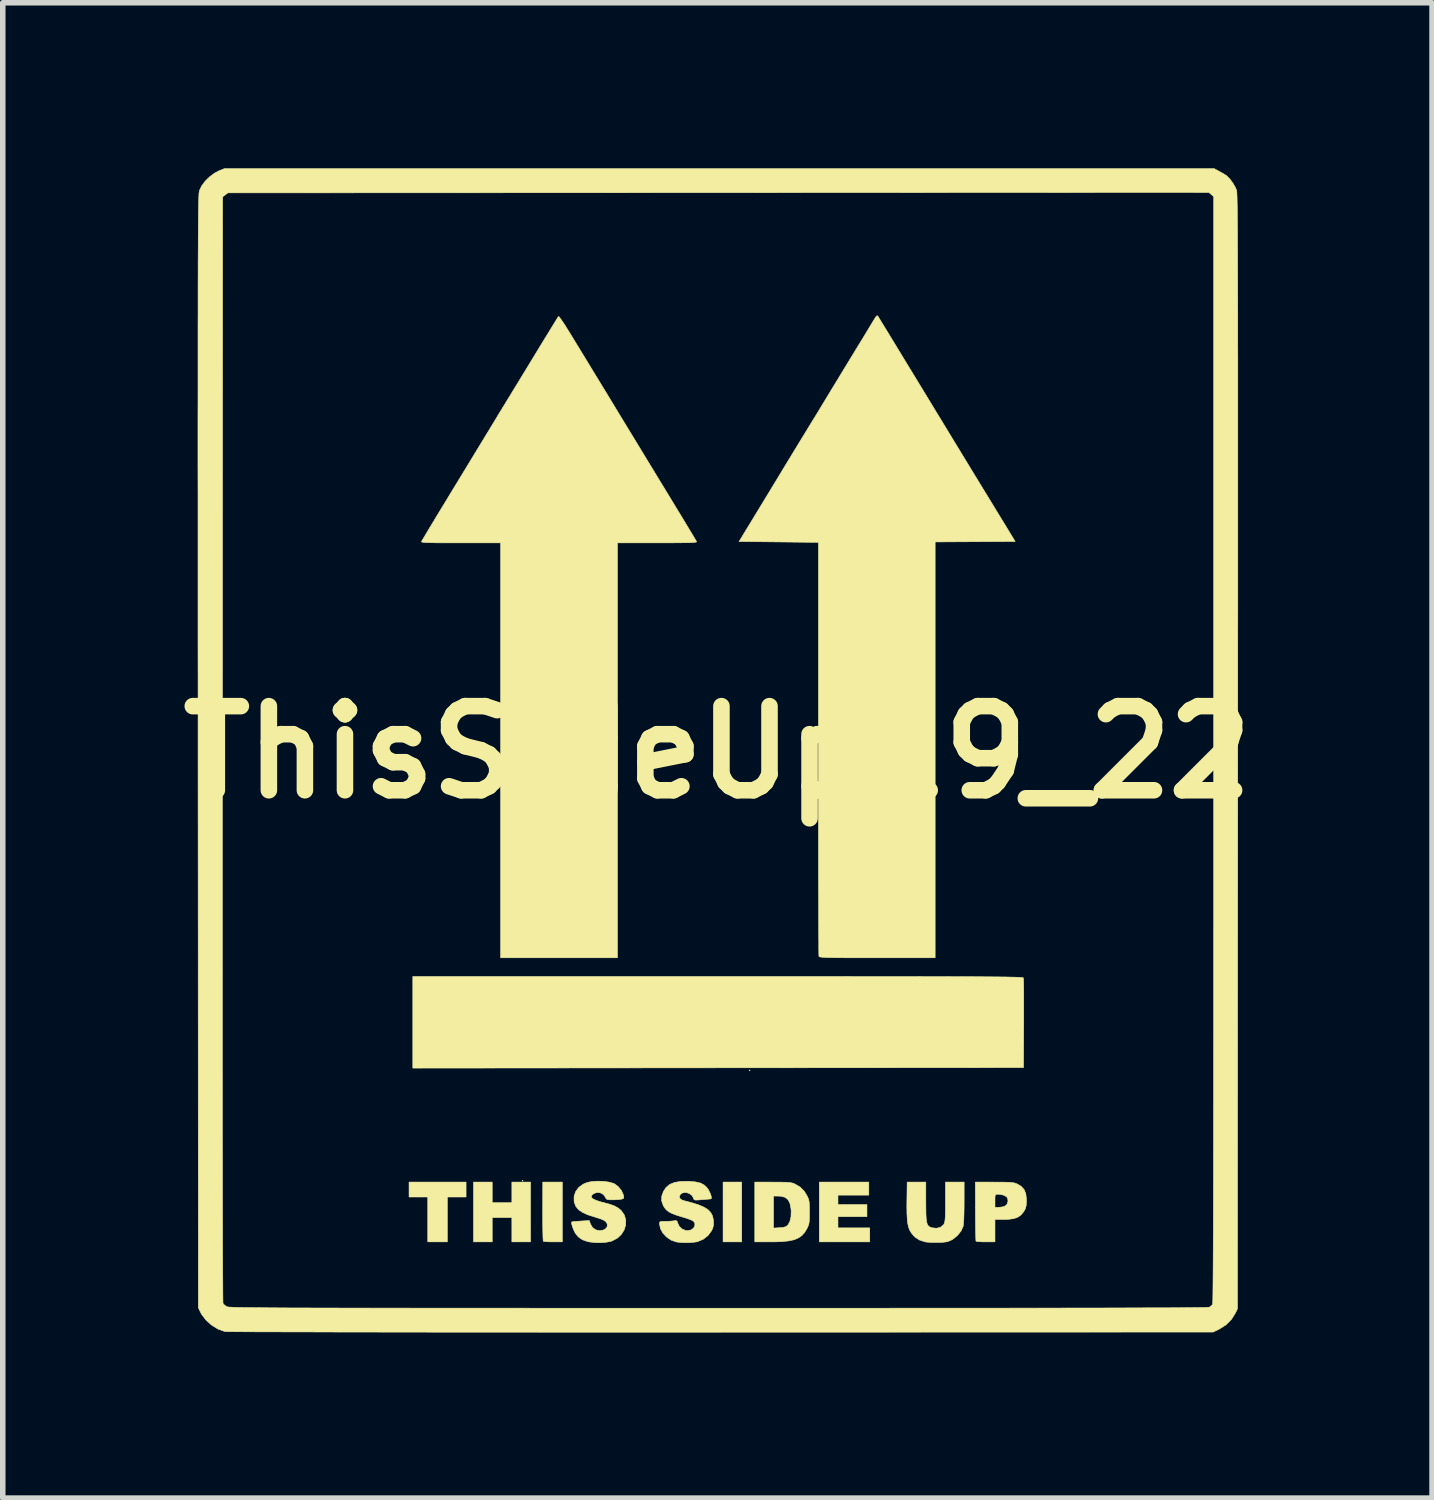
<source format=kicad_pcb>
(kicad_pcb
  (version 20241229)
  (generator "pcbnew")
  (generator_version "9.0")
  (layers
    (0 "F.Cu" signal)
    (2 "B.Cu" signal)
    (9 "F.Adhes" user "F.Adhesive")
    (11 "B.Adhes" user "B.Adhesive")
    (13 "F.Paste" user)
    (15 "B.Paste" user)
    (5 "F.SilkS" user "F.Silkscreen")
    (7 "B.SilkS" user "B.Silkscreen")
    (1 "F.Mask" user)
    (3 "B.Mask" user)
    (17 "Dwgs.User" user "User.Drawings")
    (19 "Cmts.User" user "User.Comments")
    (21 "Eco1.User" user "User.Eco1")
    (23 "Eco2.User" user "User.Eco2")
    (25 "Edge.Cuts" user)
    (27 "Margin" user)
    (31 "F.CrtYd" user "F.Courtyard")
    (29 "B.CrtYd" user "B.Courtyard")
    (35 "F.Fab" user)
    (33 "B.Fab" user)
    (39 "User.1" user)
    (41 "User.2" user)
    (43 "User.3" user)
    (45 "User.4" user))
  (footprint "ThisSideUp19_22"
    (layer "F.Cu")
    (at 9.95 10.58)
    (property "Reference" "ThisSideUp19_22" (at 0 0 0) (layer "F.SilkS") (effects (font (size 1.524 1.524) (thickness 0.3))))
    (attr through_hole)
    (fp_poly (pts (xy -3.522 7.764) (xy -3.531 7.772) (xy -3.539 7.764) (xy -3.531 7.755) (xy -3.522 7.764)) (stroke (width 0.01) (type solid)) (fill yes) (layer "F.SilkS"))
    (fp_poly (pts (xy 0.44 8.873) (xy 0.102 8.873) (xy 0.102 7.789) (xy 0.44 7.789) (xy 0.44 8.873)) (stroke (width 0.01) (type solid)) (fill yes) (layer "F.SilkS"))
    (fp_poly (pts (xy 0.593 5.766) (xy 0.584 5.774) (xy 0.576 5.766) (xy 0.584 5.757) (xy 0.593 5.766)) (stroke (width 0.01) (type solid)) (fill yes) (layer "F.SilkS"))
    (fp_poly (pts (xy -4.555 8.06) (xy -4.894 8.06) (xy -4.894 8.873) (xy -5.249 8.873) (xy -5.249 8.06) (xy -5.588 8.06) (xy -5.588 7.789) (xy -4.555 7.789) (xy -4.555 8.06)) (stroke (width 0.01) (type solid)) (fill yes) (layer "F.SilkS"))
    (fp_poly (pts (xy -4.081 8.162) (xy -3.725 8.162) (xy -3.725 7.789) (xy -3.387 7.789) (xy -3.387 8.873) (xy -3.725 8.873) (xy -3.725 8.433) (xy -4.081 8.433) (xy -4.081 8.873) (xy -4.42 8.873) (xy -4.42 7.789) (xy -4.081 7.789) (xy -4.081 8.162)) (stroke (width 0.01) (type solid)) (fill yes) (layer "F.SilkS"))
    (fp_poly (pts (xy 2.743 8.026) (xy 2.184 8.026) (xy 2.184 8.196) (xy 2.709 8.196) (xy 2.709 8.416) (xy 2.184 8.416) (xy 2.184 8.619) (xy 2.76 8.619) (xy 2.76 8.873) (xy 1.846 8.873) (xy 1.846 7.789) (xy 2.743 7.789) (xy 2.743 8.026)) (stroke (width 0.01) (type solid)) (fill yes) (layer "F.SilkS"))
    (fp_poly (pts (xy -2.811 8.873) (xy -2.977 8.873) (xy -3.05 8.872) (xy -3.108 8.869) (xy -3.146 8.865) (xy -3.156 8.861) (xy -3.158 8.842) (xy -3.161 8.793) (xy -3.163 8.719) (xy -3.165 8.623) (xy -3.166 8.51) (xy -3.166 8.384) (xy -3.166 8.319) (xy -3.165 7.789) (xy -2.811 7.789) (xy -2.811 8.873)) (stroke (width 0.01) (type solid)) (fill yes) (layer "F.SilkS"))
    (fp_poly (pts (xy 0.523 4.064) (xy 1.007 4.064) (xy 1.459 4.064) (xy 1.88 4.064) (xy 2.272 4.064) (xy 2.635 4.065) (xy 2.97 4.065) (xy 3.279 4.065) (xy 3.563 4.065) (xy 3.822 4.066) (xy 4.059 4.066) (xy 4.273 4.067) (xy 4.465 4.068) (xy 4.638 4.068) (xy 4.792 4.069) (xy 4.928 4.07) (xy 5.047 4.071) (xy 5.15 4.072) (xy 5.238 4.073) (xy 5.313 4.075) (xy 5.375 4.076) (xy 5.425 4.078) (xy 5.465 4.079) (xy 5.495 4.081) (xy 5.517 4.083) (xy 5.532 4.086) (xy 5.54 4.088) (xy 5.544 4.09) (xy 5.546 4.112) (xy 5.547 4.164) (xy 5.549 4.243) (xy 5.55 4.346) (xy 5.55 4.469) (xy 5.55 4.608) (xy 5.55 4.761) (xy 5.55 4.916) (xy 5.546 5.715) (xy 0.013 5.719) (xy -5.52 5.724) (xy -5.52 4.064) (xy 0.007 4.064) (xy 0.523 4.064)) (stroke (width 0.01) (type solid)) (fill yes) (layer "F.SilkS"))
    (fp_poly (pts (xy 1.003 7.79) (xy 1.119 7.79) (xy 1.206 7.792) (xy 1.271 7.794) (xy 1.319 7.799) (xy 1.356 7.806) (xy 1.386 7.816) (xy 1.405 7.825) (xy 1.499 7.88) (xy 1.573 7.955) (xy 1.622 8.035) (xy 1.641 8.073) (xy 1.654 8.109) (xy 1.662 8.15) (xy 1.666 8.204) (xy 1.667 8.28) (xy 1.667 8.331) (xy 1.667 8.422) (xy 1.665 8.487) (xy 1.659 8.535) (xy 1.649 8.572) (xy 1.634 8.608) (xy 1.626 8.625) (xy 1.582 8.699) (xy 1.531 8.757) (xy 1.468 8.801) (xy 1.391 8.834) (xy 1.293 8.855) (xy 1.172 8.868) (xy 1.023 8.873) (xy 0.968 8.873) (xy 0.677 8.873) (xy 0.677 8.043) (xy 1.016 8.043) (xy 1.016 8.623) (xy 1.128 8.616) (xy 1.193 8.61) (xy 1.234 8.599) (xy 1.263 8.581) (xy 1.28 8.563) (xy 1.313 8.502) (xy 1.333 8.417) (xy 1.336 8.316) (xy 1.333 8.274) (xy 1.315 8.178) (xy 1.28 8.109) (xy 1.227 8.066) (xy 1.152 8.046) (xy 1.102 8.043) (xy 1.016 8.043) (xy 0.677 8.043) (xy 0.677 7.789) (xy 1.003 7.79)) (stroke (width 0.01) (type solid)) (fill yes) (layer "F.SilkS"))
    (fp_poly (pts (xy 3.776 8.146) (xy 3.777 8.28) (xy 3.779 8.385) (xy 3.784 8.464) (xy 3.793 8.521) (xy 3.806 8.561) (xy 3.825 8.587) (xy 3.851 8.604) (xy 3.885 8.616) (xy 3.891 8.618) (xy 3.97 8.626) (xy 4.04 8.609) (xy 4.092 8.568) (xy 4.103 8.553) (xy 4.112 8.532) (xy 4.12 8.505) (xy 4.125 8.466) (xy 4.129 8.411) (xy 4.131 8.335) (xy 4.132 8.233) (xy 4.132 8.147) (xy 4.132 7.789) (xy 4.47 7.789) (xy 4.47 8.158) (xy 4.469 8.27) (xy 4.467 8.375) (xy 4.464 8.465) (xy 4.459 8.536) (xy 4.454 8.581) (xy 4.453 8.589) (xy 4.415 8.674) (xy 4.352 8.754) (xy 4.275 8.819) (xy 4.243 8.838) (xy 4.196 8.859) (xy 4.148 8.873) (xy 4.089 8.88) (xy 4.009 8.884) (xy 3.998 8.884) (xy 3.917 8.884) (xy 3.841 8.881) (xy 3.782 8.876) (xy 3.765 8.873) (xy 3.662 8.84) (xy 3.581 8.787) (xy 3.554 8.76) (xy 3.517 8.716) (xy 3.487 8.668) (xy 3.465 8.612) (xy 3.449 8.544) (xy 3.439 8.459) (xy 3.434 8.353) (xy 3.432 8.222) (xy 3.434 8.081) (xy 3.438 7.789) (xy 3.776 7.789) (xy 3.776 8.146)) (stroke (width 0.01) (type solid)) (fill yes) (layer "F.SilkS"))
    (fp_poly (pts (xy 5.016 7.79) (xy 5.136 7.79) (xy 5.227 7.792) (xy 5.296 7.794) (xy 5.346 7.799) (xy 5.383 7.806) (xy 5.412 7.815) (xy 5.427 7.821) (xy 5.504 7.867) (xy 5.557 7.925) (xy 5.588 8.001) (xy 5.599 8.099) (xy 5.599 8.152) (xy 5.593 8.223) (xy 5.578 8.275) (xy 5.55 8.325) (xy 5.547 8.329) (xy 5.497 8.388) (xy 5.437 8.429) (xy 5.361 8.453) (xy 5.262 8.465) (xy 5.193 8.467) (xy 5.029 8.467) (xy 5.029 8.873) (xy 4.861 8.873) (xy 4.789 8.872) (xy 4.731 8.869) (xy 4.694 8.864) (xy 4.685 8.86) (xy 4.683 8.841) (xy 4.681 8.792) (xy 4.679 8.717) (xy 4.677 8.621) (xy 4.676 8.508) (xy 4.675 8.382) (xy 4.675 8.319) (xy 4.674 8.128) (xy 5.029 8.128) (xy 5.029 8.247) (xy 5.096 8.247) (xy 5.152 8.241) (xy 5.202 8.229) (xy 5.207 8.227) (xy 5.248 8.191) (xy 5.265 8.136) (xy 5.26 8.086) (xy 5.235 8.052) (xy 5.184 8.026) (xy 5.114 8.011) (xy 5.076 8.01) (xy 5.051 8.011) (xy 5.038 8.02) (xy 5.031 8.043) (xy 5.029 8.089) (xy 5.029 8.128) (xy 4.674 8.128) (xy 4.673 7.789) (xy 5.016 7.79)) (stroke (width 0.01) (type solid)) (fill yes) (layer "F.SilkS"))
    (fp_poly (pts (xy -2.068 7.776) (xy -1.971 7.789) (xy -1.891 7.81) (xy -1.867 7.82) (xy -1.796 7.873) (xy -1.738 7.945) (xy -1.703 8.025) (xy -1.701 8.037) (xy -1.697 8.073) (xy -1.71 8.091) (xy -1.745 8.1) (xy -1.792 8.106) (xy -1.856 8.11) (xy -1.905 8.111) (xy -1.964 8.11) (xy -1.998 8.104) (xy -2.017 8.091) (xy -2.03 8.065) (xy -2.031 8.062) (xy -2.069 8.012) (xy -2.124 7.983) (xy -2.187 7.978) (xy -2.247 8.001) (xy -2.248 8.002) (xy -2.281 8.034) (xy -2.285 8.063) (xy -2.258 8.092) (xy -2.2 8.12) (xy -2.11 8.149) (xy -2.057 8.162) (xy -1.947 8.192) (xy -1.864 8.223) (xy -1.801 8.258) (xy -1.75 8.299) (xy -1.741 8.308) (xy -1.686 8.388) (xy -1.661 8.476) (xy -1.663 8.567) (xy -1.69 8.656) (xy -1.741 8.737) (xy -1.813 8.805) (xy -1.905 8.854) (xy -1.933 8.864) (xy -2.019 8.88) (xy -2.122 8.888) (xy -2.229 8.885) (xy -2.326 8.873) (xy -2.356 8.866) (xy -2.447 8.834) (xy -2.516 8.786) (xy -2.563 8.733) (xy -2.587 8.694) (xy -2.61 8.643) (xy -2.63 8.589) (xy -2.642 8.543) (xy -2.643 8.515) (xy -2.641 8.512) (xy -2.622 8.508) (xy -2.577 8.503) (xy -2.514 8.498) (xy -2.477 8.496) (xy -2.322 8.486) (xy -2.303 8.544) (xy -2.265 8.611) (xy -2.207 8.654) (xy -2.135 8.67) (xy -2.068 8.659) (xy -2.021 8.632) (xy -1.996 8.592) (xy -1.998 8.546) (xy -2.021 8.509) (xy -2.059 8.481) (xy -2.124 8.453) (xy -2.218 8.424) (xy -2.348 8.383) (xy -2.447 8.338) (xy -2.519 8.287) (xy -2.567 8.227) (xy -2.594 8.156) (xy -2.597 8.141) (xy -2.598 8.049) (xy -2.569 7.962) (xy -2.514 7.887) (xy -2.435 7.828) (xy -2.358 7.796) (xy -2.272 7.779) (xy -2.172 7.773) (xy -2.068 7.776)) (stroke (width 0.01) (type solid)) (fill yes) (layer "F.SilkS"))
    (fp_poly (pts (xy -0.517 7.775) (xy -0.398 7.786) (xy -0.307 7.807) (xy -0.238 7.844) (xy -0.185 7.896) (xy -0.161 7.933) (xy -0.129 7.997) (xy -0.112 8.05) (xy -0.11 8.084) (xy -0.122 8.095) (xy -0.148 8.097) (xy -0.199 8.101) (xy -0.264 8.107) (xy -0.284 8.108) (xy -0.353 8.114) (xy -0.395 8.115) (xy -0.418 8.11) (xy -0.429 8.098) (xy -0.434 8.081) (xy -0.461 8.032) (xy -0.508 7.997) (xy -0.564 7.979) (xy -0.62 7.981) (xy -0.666 8.006) (xy -0.668 8.008) (xy -0.69 8.05) (xy -0.68 8.087) (xy -0.64 8.116) (xy -0.604 8.127) (xy -0.453 8.167) (xy -0.332 8.206) (xy -0.238 8.247) (xy -0.168 8.292) (xy -0.12 8.343) (xy -0.09 8.402) (xy -0.074 8.472) (xy -0.071 8.499) (xy -0.071 8.568) (xy -0.085 8.624) (xy -0.106 8.67) (xy -0.17 8.757) (xy -0.257 8.825) (xy -0.356 8.867) (xy -0.373 8.872) (xy -0.456 8.883) (xy -0.556 8.887) (xy -0.656 8.885) (xy -0.74 8.875) (xy -0.745 8.874) (xy -0.839 8.841) (xy -0.922 8.785) (xy -0.989 8.713) (xy -1.033 8.631) (xy -1.05 8.545) (xy -1.05 8.543) (xy -1.048 8.52) (xy -1.037 8.507) (xy -1.009 8.502) (xy -0.957 8.501) (xy -0.942 8.501) (xy -0.876 8.499) (xy -0.815 8.495) (xy -0.783 8.49) (xy -0.746 8.487) (xy -0.729 8.502) (xy -0.72 8.532) (xy -0.691 8.593) (xy -0.638 8.641) (xy -0.573 8.667) (xy -0.544 8.67) (xy -0.484 8.658) (xy -0.438 8.629) (xy -0.412 8.588) (xy -0.408 8.543) (xy -0.431 8.501) (xy -0.436 8.497) (xy -0.465 8.481) (xy -0.517 8.46) (xy -0.585 8.437) (xy -0.626 8.425) (xy -0.737 8.391) (xy -0.82 8.36) (xy -0.882 8.328) (xy -0.928 8.291) (xy -0.963 8.247) (xy -0.984 8.209) (xy -1.012 8.125) (xy -1.008 8.04) (xy -0.978 7.958) (xy -0.929 7.885) (xy -0.863 7.831) (xy -0.778 7.796) (xy -0.669 7.778) (xy -0.533 7.775) (xy -0.517 7.775)) (stroke (width 0.01) (type solid)) (fill yes) (layer "F.SilkS"))
    (fp_poly (pts (xy -2.867 -7.887) (xy -2.841 -7.852) (xy -2.802 -7.797) (xy -2.755 -7.725) (xy -2.703 -7.641) (xy -2.698 -7.634) (xy -2.633 -7.528) (xy -2.557 -7.403) (xy -2.472 -7.264) (xy -2.381 -7.115) (xy -2.288 -6.962) (xy -2.195 -6.809) (xy -2.104 -6.66) (xy -2.02 -6.522) (xy -1.944 -6.397) (xy -1.88 -6.292) (xy -1.831 -6.21) (xy -1.828 -6.206) (xy -1.801 -6.161) (xy -1.758 -6.09) (xy -1.7 -5.995) (xy -1.63 -5.88) (xy -1.549 -5.747) (xy -1.459 -5.599) (xy -1.361 -5.438) (xy -1.258 -5.268) (xy -1.15 -5.091) (xy -1.051 -4.928) (xy -0.944 -4.753) (xy -0.842 -4.585) (xy -0.747 -4.428) (xy -0.659 -4.284) (xy -0.581 -4.155) (xy -0.514 -4.043) (xy -0.458 -3.951) (xy -0.416 -3.881) (xy -0.389 -3.835) (xy -0.377 -3.815) (xy -0.377 -3.815) (xy -0.381 -3.809) (xy -0.399 -3.805) (xy -0.433 -3.801) (xy -0.486 -3.798) (xy -0.561 -3.796) (xy -0.66 -3.795) (xy -0.786 -3.794) (xy -0.94 -3.793) (xy -1.09 -3.793) (xy -1.812 -3.793) (xy -1.812 3.725) (xy -3.929 3.725) (xy -3.929 -3.793) (xy -4.65 -3.793) (xy -4.827 -3.793) (xy -4.973 -3.794) (xy -5.09 -3.794) (xy -5.183 -3.796) (xy -5.252 -3.798) (xy -5.302 -3.8) (xy -5.335 -3.804) (xy -5.354 -3.808) (xy -5.362 -3.813) (xy -5.362 -3.818) (xy -5.352 -3.836) (xy -5.325 -3.881) (xy -5.284 -3.95) (xy -5.23 -4.041) (xy -5.163 -4.151) (xy -5.087 -4.278) (xy -5.001 -4.419) (xy -4.907 -4.573) (xy -4.808 -4.737) (xy -4.736 -4.855) (xy -4.6 -5.078) (xy -4.481 -5.274) (xy -4.377 -5.445) (xy -4.286 -5.594) (xy -4.208 -5.723) (xy -4.14 -5.834) (xy -4.082 -5.93) (xy -4.032 -6.012) (xy -3.989 -6.083) (xy -3.952 -6.145) (xy -3.918 -6.2) (xy -3.888 -6.25) (xy -3.885 -6.254) (xy -3.854 -6.305) (xy -3.813 -6.373) (xy -3.766 -6.449) (xy -3.74 -6.491) (xy -3.711 -6.54) (xy -3.666 -6.613) (xy -3.608 -6.707) (xy -3.541 -6.818) (xy -3.465 -6.942) (xy -3.384 -7.075) (xy -3.301 -7.212) (xy -3.269 -7.264) (xy -3.189 -7.396) (xy -3.114 -7.518) (xy -3.046 -7.628) (xy -2.988 -7.724) (xy -2.94 -7.801) (xy -2.905 -7.858) (xy -2.884 -7.89) (xy -2.88 -7.896) (xy -2.867 -7.887)) (stroke (width 0.01) (type solid)) (fill yes) (layer "F.SilkS"))
    (fp_poly (pts (xy 2.911 -7.895) (xy 2.916 -7.888) (xy 2.928 -7.868) (xy 2.956 -7.821) (xy 3 -7.75) (xy 3.058 -7.655) (xy 3.128 -7.54) (xy 3.21 -7.406) (xy 3.302 -7.254) (xy 3.403 -7.088) (xy 3.512 -6.909) (xy 3.628 -6.719) (xy 3.749 -6.52) (xy 3.827 -6.392) (xy 3.953 -6.184) (xy 4.078 -5.98) (xy 4.198 -5.782) (xy 4.312 -5.594) (xy 4.42 -5.417) (xy 4.52 -5.253) (xy 4.609 -5.106) (xy 4.688 -4.977) (xy 4.754 -4.869) (xy 4.805 -4.785) (xy 4.842 -4.725) (xy 4.853 -4.707) (xy 4.906 -4.621) (xy 4.971 -4.514) (xy 5.043 -4.395) (xy 5.117 -4.275) (xy 5.187 -4.16) (xy 5.194 -4.149) (xy 5.395 -3.818) (xy 4.67 -3.814) (xy 3.945 -3.81) (xy 3.945 3.725) (xy 2.897 3.725) (xy 2.681 3.725) (xy 2.497 3.725) (xy 2.341 3.725) (xy 2.212 3.724) (xy 2.107 3.723) (xy 2.023 3.721) (xy 1.959 3.719) (xy 1.912 3.716) (xy 1.878 3.713) (xy 1.857 3.709) (xy 1.845 3.705) (xy 1.839 3.699) (xy 1.839 3.699) (xy 1.838 3.68) (xy 1.837 3.628) (xy 1.836 3.546) (xy 1.836 3.434) (xy 1.835 3.295) (xy 1.834 3.129) (xy 1.833 2.939) (xy 1.833 2.726) (xy 1.832 2.492) (xy 1.831 2.237) (xy 1.831 1.964) (xy 1.831 1.674) (xy 1.83 1.368) (xy 1.83 1.049) (xy 1.83 0.717) (xy 1.83 0.375) (xy 1.83 0.023) (xy 1.83 -0.065) (xy 1.83 -3.802) (xy 0.392 -3.818) (xy 0.707 -4.335) (xy 0.786 -4.465) (xy 0.865 -4.595) (xy 0.941 -4.72) (xy 1.011 -4.835) (xy 1.071 -4.934) (xy 1.119 -5.013) (xy 1.142 -5.051) (xy 1.179 -5.113) (xy 1.232 -5.2) (xy 1.296 -5.305) (xy 1.368 -5.424) (xy 1.446 -5.552) (xy 1.526 -5.683) (xy 1.583 -5.776) (xy 1.658 -5.899) (xy 1.729 -6.015) (xy 1.794 -6.12) (xy 1.849 -6.211) (xy 1.893 -6.284) (xy 1.924 -6.335) (xy 1.939 -6.359) (xy 1.961 -6.396) (xy 1.998 -6.457) (xy 2.048 -6.54) (xy 2.109 -6.64) (xy 2.178 -6.753) (xy 2.253 -6.877) (xy 2.332 -7.006) (xy 2.412 -7.138) (xy 2.492 -7.268) (xy 2.534 -7.337) (xy 2.596 -7.439) (xy 2.659 -7.542) (xy 2.717 -7.638) (xy 2.767 -7.721) (xy 2.804 -7.782) (xy 2.804 -7.782) (xy 2.844 -7.848) (xy 2.87 -7.888) (xy 2.887 -7.907) (xy 2.899 -7.908) (xy 2.911 -7.895)) (stroke (width 0.01) (type solid)) (fill yes) (layer "F.SilkS"))
    (fp_poly (pts (xy 9.102 -10.52) (xy 9.158 -10.489) (xy 9.204 -10.461) (xy 9.229 -10.444) (xy 9.284 -10.388) (xy 9.338 -10.315) (xy 9.382 -10.24) (xy 9.407 -10.181) (xy 9.409 -10.172) (xy 9.41 -10.158) (xy 9.412 -10.137) (xy 9.413 -10.108) (xy 9.415 -10.072) (xy 9.416 -10.026) (xy 9.417 -9.971) (xy 9.419 -9.905) (xy 9.42 -9.828) (xy 9.421 -9.739) (xy 9.422 -9.638) (xy 9.423 -9.522) (xy 9.424 -9.392) (xy 9.424 -9.247) (xy 9.425 -9.086) (xy 9.426 -8.909) (xy 9.426 -8.713) (xy 9.427 -8.5) (xy 9.427 -8.267) (xy 9.428 -8.015) (xy 9.428 -7.741) (xy 9.428 -7.447) (xy 9.429 -7.13) (xy 9.429 -6.79) (xy 9.429 -6.426) (xy 9.429 -6.038) (xy 9.429 -5.625) (xy 9.429 -5.185) (xy 9.429 -4.718) (xy 9.429 -4.224) (xy 9.429 -3.701) (xy 9.429 -3.149) (xy 9.429 -2.567) (xy 9.428 -1.954) (xy 9.428 -1.31) (xy 9.428 -0.633) (xy 9.428 -0.006) (xy 9.423 10.084) (xy 9.387 10.16) (xy 9.315 10.276) (xy 9.217 10.375) (xy 9.099 10.45) (xy 9.096 10.452) (xy 8.983 10.507) (xy 0.059 10.51) (xy -0.532 10.51) (xy -1.11 10.51) (xy -1.674 10.51) (xy -2.224 10.51) (xy -2.758 10.51) (xy -3.276 10.51) (xy -3.778 10.509) (xy -4.261 10.509) (xy -4.725 10.509) (xy -5.17 10.509) (xy -5.594 10.508) (xy -5.997 10.508) (xy -6.378 10.507) (xy -6.736 10.507) (xy -7.07 10.506) (xy -7.379 10.505) (xy -7.663 10.505) (xy -7.921 10.504) (xy -8.151 10.503) (xy -8.353 10.503) (xy -8.526 10.502) (xy -8.669 10.501) (xy -8.782 10.5) (xy -8.864 10.499) (xy -8.913 10.498) (xy -8.928 10.497) (xy -9.047 10.454) (xy -9.162 10.384) (xy -9.263 10.295) (xy -9.342 10.193) (xy -9.365 10.152) (xy -9.406 10.067) (xy -9.409 3.381) (xy -8.971 3.381) (xy -8.971 3.989) (xy -8.971 4.569) (xy -8.971 5.122) (xy -8.971 5.648) (xy -8.97 6.145) (xy -8.97 6.613) (xy -8.97 7.053) (xy -8.969 7.464) (xy -8.969 7.845) (xy -8.968 8.196) (xy -8.967 8.517) (xy -8.967 8.807) (xy -8.966 9.066) (xy -8.965 9.294) (xy -8.964 9.49) (xy -8.963 9.655) (xy -8.962 9.787) (xy -8.961 9.886) (xy -8.96 9.953) (xy -8.959 9.986) (xy -8.958 9.989) (xy -8.933 10.017) (xy -8.892 10.045) (xy -8.886 10.047) (xy -8.881 10.049) (xy -8.871 10.051) (xy -8.856 10.053) (xy -8.836 10.055) (xy -8.809 10.056) (xy -8.775 10.058) (xy -8.733 10.059) (xy -8.681 10.061) (xy -8.62 10.062) (xy -8.548 10.063) (xy -8.465 10.064) (xy -8.369 10.065) (xy -8.26 10.066) (xy -8.136 10.067) (xy -7.998 10.068) (xy -7.844 10.069) (xy -7.673 10.07) (xy -7.485 10.07) (xy -7.278 10.071) (xy -7.052 10.071) (xy -6.806 10.072) (xy -6.539 10.072) (xy -6.251 10.073) (xy -5.939 10.073) (xy -5.604 10.073) (xy -5.245 10.074) (xy -4.861 10.074) (xy -4.45 10.074) (xy -4.013 10.074) (xy -3.548 10.074) (xy -3.055 10.075) (xy -2.532 10.075) (xy -1.978 10.075) (xy -1.394 10.075) (xy -0.778 10.075) (xy -0.128 10.075) (xy 0.02 10.075) (xy 0.742 10.075) (xy 1.429 10.075) (xy 2.084 10.075) (xy 2.706 10.075) (xy 3.295 10.074) (xy 3.853 10.074) (xy 4.379 10.074) (xy 4.874 10.074) (xy 5.338 10.073) (xy 5.772 10.073) (xy 6.176 10.072) (xy 6.551 10.071) (xy 6.896 10.071) (xy 7.213 10.07) (xy 7.501 10.069) (xy 7.761 10.068) (xy 7.994 10.068) (xy 8.199 10.067) (xy 8.377 10.066) (xy 8.53 10.064) (xy 8.656 10.063) (xy 8.756 10.062) (xy 8.831 10.061) (xy 8.882 10.059) (xy 8.908 10.058) (xy 8.911 10.057) (xy 8.951 10.03) (xy 8.971 10.007) (xy 8.973 9.997) (xy 8.974 9.973) (xy 8.976 9.934) (xy 8.977 9.879) (xy 8.978 9.807) (xy 8.979 9.719) (xy 8.98 9.612) (xy 8.981 9.487) (xy 8.982 9.343) (xy 8.983 9.18) (xy 8.984 8.996) (xy 8.985 8.791) (xy 8.986 8.565) (xy 8.986 8.316) (xy 8.987 8.045) (xy 8.988 7.75) (xy 8.988 7.43) (xy 8.989 7.086) (xy 8.989 6.717) (xy 8.99 6.321) (xy 8.99 5.899) (xy 8.99 5.449) (xy 8.991 4.972) (xy 8.991 4.466) (xy 8.991 3.93) (xy 8.991 3.365) (xy 8.992 2.768) (xy 8.992 2.141) (xy 8.992 1.482) (xy 8.992 0.79) (xy 8.992 0.066) (xy 8.992 -0.046) (xy 8.992 -10.067) (xy 8.949 -10.105) (xy 8.905 -10.143) (xy 0.017 -10.139) (xy -8.871 -10.135) (xy -8.966 -10.063) (xy -8.97 -0.052) (xy -8.971 0.686) (xy -8.971 1.399) (xy -8.971 2.086) (xy -8.971 2.747) (xy -8.971 3.381) (xy -9.409 3.381) (xy -9.411 -0.008) (xy -9.411 -0.709) (xy -9.411 -1.376) (xy -9.412 -2.012) (xy -9.412 -2.615) (xy -9.412 -3.188) (xy -9.412 -3.731) (xy -9.412 -4.246) (xy -9.412 -4.732) (xy -9.413 -5.19) (xy -9.413 -5.622) (xy -9.413 -6.028) (xy -9.412 -6.409) (xy -9.412 -6.766) (xy -9.412 -7.099) (xy -9.412 -7.41) (xy -9.412 -7.699) (xy -9.411 -7.967) (xy -9.411 -8.214) (xy -9.411 -8.443) (xy -9.41 -8.652) (xy -9.41 -8.844) (xy -9.409 -9.019) (xy -9.408 -9.178) (xy -9.408 -9.321) (xy -9.407 -9.45) (xy -9.406 -9.565) (xy -9.405 -9.667) (xy -9.404 -9.757) (xy -9.403 -9.836) (xy -9.402 -9.904) (xy -9.401 -9.962) (xy -9.399 -10.011) (xy -9.398 -10.053) (xy -9.396 -10.086) (xy -9.395 -10.114) (xy -9.393 -10.135) (xy -9.391 -10.152) (xy -9.389 -10.164) (xy -9.387 -10.173) (xy -9.386 -10.177) (xy -9.347 -10.26) (xy -9.284 -10.345) (xy -9.203 -10.425) (xy -9.114 -10.492) (xy -9.034 -10.534) (xy -8.932 -10.575) (xy 9 -10.575) (xy 9.102 -10.52)) (stroke (width 0.01) (type solid)) (fill yes) (layer "F.SilkS")))
  (gr_rect
    (start -3 -3)
    (end 22.899 24.095)
    (stroke (width 0.1) (type default))
    (fill no)
    (layer "Edge.Cuts")))
</source>
